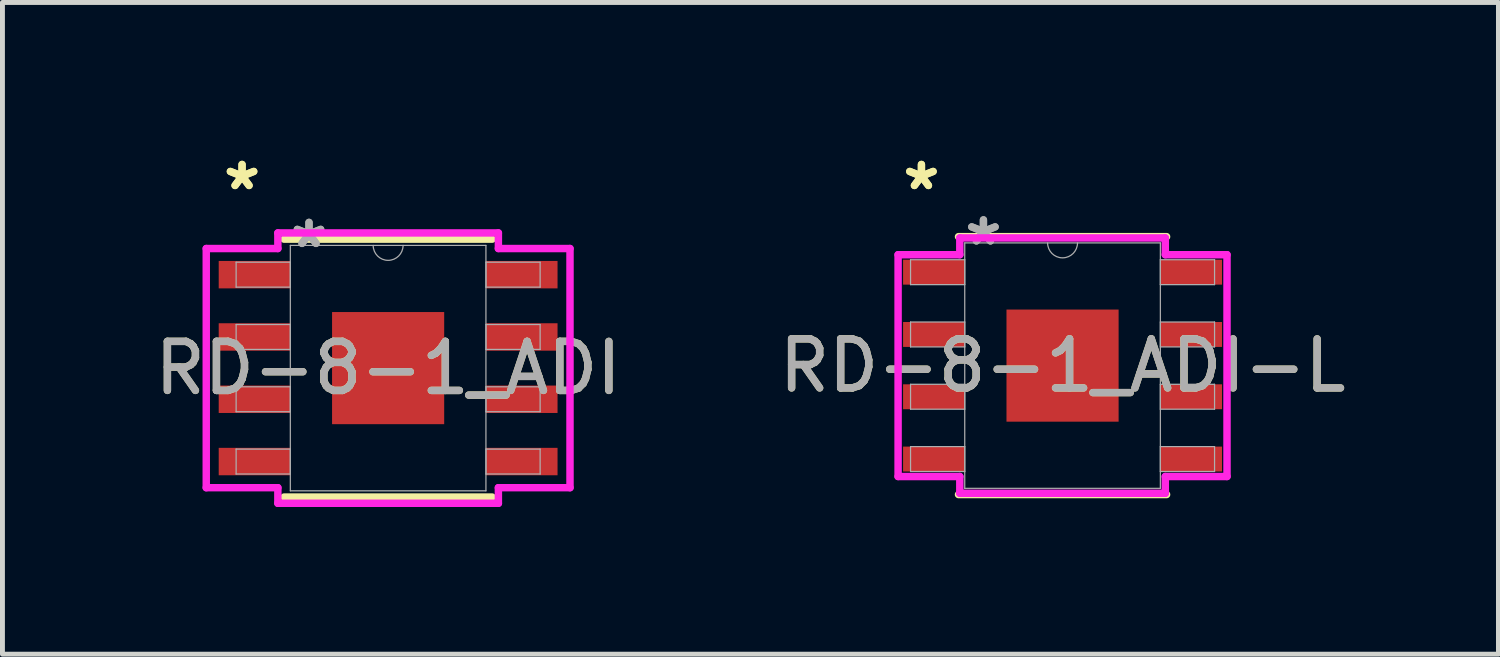
<source format=kicad_pcb>
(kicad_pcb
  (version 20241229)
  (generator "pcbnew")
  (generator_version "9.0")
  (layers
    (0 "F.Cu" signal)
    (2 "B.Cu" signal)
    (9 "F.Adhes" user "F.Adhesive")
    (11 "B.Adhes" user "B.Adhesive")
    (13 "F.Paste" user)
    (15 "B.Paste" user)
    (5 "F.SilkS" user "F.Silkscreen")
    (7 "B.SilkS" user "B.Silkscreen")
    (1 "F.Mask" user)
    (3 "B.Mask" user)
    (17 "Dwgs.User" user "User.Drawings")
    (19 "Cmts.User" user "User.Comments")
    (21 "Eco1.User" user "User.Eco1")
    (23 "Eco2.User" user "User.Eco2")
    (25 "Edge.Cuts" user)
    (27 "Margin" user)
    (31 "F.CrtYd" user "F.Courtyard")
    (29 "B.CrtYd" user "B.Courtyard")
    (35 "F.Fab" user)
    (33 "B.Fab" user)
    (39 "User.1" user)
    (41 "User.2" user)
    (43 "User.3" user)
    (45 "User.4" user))
  (footprint "RD-8-1_ADI"
    (layer "F.Cu")
    (at 4.863 4.455)
    (property "Reference" "RD-8-1_ADI" (at 0 0 0) (unlocked yes) (layer "F.SilkS") (effects (font (size 1 1) (thickness 0.15))))
    (attr smd)
    (fp_line (start -2.121 2.629) (end 2.121 2.629) (stroke (width 0.152) (type solid)) (layer "F.SilkS"))
    (fp_line (start 2.121 -2.629) (end -2.121 -2.629) (stroke (width 0.152) (type solid)) (layer "F.SilkS"))
    (fp_line (start -3.708 -2.438) (end -2.248 -2.438) (stroke (width 0.152) (type solid)) (layer "F.CrtYd"))
    (fp_line (start -3.708 2.438) (end -3.708 -2.438) (stroke (width 0.152) (type solid)) (layer "F.CrtYd"))
    (fp_line (start -3.708 2.438) (end -2.248 2.438) (stroke (width 0.152) (type solid)) (layer "F.CrtYd"))
    (fp_line (start -2.248 -2.756) (end 2.248 -2.756) (stroke (width 0.152) (type solid)) (layer "F.CrtYd"))
    (fp_line (start -2.248 -2.438) (end -2.248 -2.756) (stroke (width 0.152) (type solid)) (layer "F.CrtYd"))
    (fp_line (start -2.248 2.756) (end -2.248 2.438) (stroke (width 0.152) (type solid)) (layer "F.CrtYd"))
    (fp_line (start 2.248 -2.756) (end 2.248 -2.438) (stroke (width 0.152) (type solid)) (layer "F.CrtYd"))
    (fp_line (start 2.248 2.438) (end 2.248 2.756) (stroke (width 0.152) (type solid)) (layer "F.CrtYd"))
    (fp_line (start 2.248 2.756) (end -2.248 2.756) (stroke (width 0.152) (type solid)) (layer "F.CrtYd"))
    (fp_line (start 3.708 -2.438) (end 2.248 -2.438) (stroke (width 0.152) (type solid)) (layer "F.CrtYd"))
    (fp_line (start 3.708 -2.438) (end 3.708 2.438) (stroke (width 0.152) (type solid)) (layer "F.CrtYd"))
    (fp_line (start 3.708 2.438) (end 2.248 2.438) (stroke (width 0.152) (type solid)) (layer "F.CrtYd"))
    (fp_line (start -3.099 -2.159) (end -3.099 -1.651) (stroke (width 0.025) (type solid)) (layer "F.Fab"))
    (fp_line (start -3.099 -1.651) (end -1.994 -1.651) (stroke (width 0.025) (type solid)) (layer "F.Fab"))
    (fp_line (start -3.099 -0.889) (end -3.099 -0.381) (stroke (width 0.025) (type solid)) (layer "F.Fab"))
    (fp_line (start -3.099 -0.381) (end -1.994 -0.381) (stroke (width 0.025) (type solid)) (layer "F.Fab"))
    (fp_line (start -3.099 0.381) (end -3.099 0.889) (stroke (width 0.025) (type solid)) (layer "F.Fab"))
    (fp_line (start -3.099 0.889) (end -1.994 0.889) (stroke (width 0.025) (type solid)) (layer "F.Fab"))
    (fp_line (start -3.099 1.651) (end -3.099 2.159) (stroke (width 0.025) (type solid)) (layer "F.Fab"))
    (fp_line (start -3.099 2.159) (end -1.994 2.159) (stroke (width 0.025) (type solid)) (layer "F.Fab"))
    (fp_line (start -1.994 -2.502) (end -1.994 2.502) (stroke (width 0.025) (type solid)) (layer "F.Fab"))
    (fp_line (start -1.994 -2.159) (end -3.099 -2.159) (stroke (width 0.025) (type solid)) (layer "F.Fab"))
    (fp_line (start -1.994 -1.651) (end -1.994 -2.159) (stroke (width 0.025) (type solid)) (layer "F.Fab"))
    (fp_line (start -1.994 -0.889) (end -3.099 -0.889) (stroke (width 0.025) (type solid)) (layer "F.Fab"))
    (fp_line (start -1.994 -0.381) (end -1.994 -0.889) (stroke (width 0.025) (type solid)) (layer "F.Fab"))
    (fp_line (start -1.994 0.381) (end -3.099 0.381) (stroke (width 0.025) (type solid)) (layer "F.Fab"))
    (fp_line (start -1.994 0.889) (end -1.994 0.381) (stroke (width 0.025) (type solid)) (layer "F.Fab"))
    (fp_line (start -1.994 1.651) (end -3.099 1.651) (stroke (width 0.025) (type solid)) (layer "F.Fab"))
    (fp_line (start -1.994 2.159) (end -1.994 1.651) (stroke (width 0.025) (type solid)) (layer "F.Fab"))
    (fp_line (start -1.994 2.502) (end 1.994 2.502) (stroke (width 0.025) (type solid)) (layer "F.Fab"))
    (fp_line (start 1.994 -2.502) (end -1.994 -2.502) (stroke (width 0.025) (type solid)) (layer "F.Fab"))
    (fp_line (start 1.994 -2.159) (end 1.994 -1.651) (stroke (width 0.025) (type solid)) (layer "F.Fab"))
    (fp_line (start 1.994 -1.651) (end 3.099 -1.651) (stroke (width 0.025) (type solid)) (layer "F.Fab"))
    (fp_line (start 1.994 -0.889) (end 1.994 -0.381) (stroke (width 0.025) (type solid)) (layer "F.Fab"))
    (fp_line (start 1.994 -0.381) (end 3.099 -0.381) (stroke (width 0.025) (type solid)) (layer "F.Fab"))
    (fp_line (start 1.994 0.381) (end 1.994 0.889) (stroke (width 0.025) (type solid)) (layer "F.Fab"))
    (fp_line (start 1.994 0.889) (end 3.099 0.889) (stroke (width 0.025) (type solid)) (layer "F.Fab"))
    (fp_line (start 1.994 1.651) (end 1.994 2.159) (stroke (width 0.025) (type solid)) (layer "F.Fab"))
    (fp_line (start 1.994 2.159) (end 3.099 2.159) (stroke (width 0.025) (type solid)) (layer "F.Fab"))
    (fp_line (start 1.994 2.502) (end 1.994 -2.502) (stroke (width 0.025) (type solid)) (layer "F.Fab"))
    (fp_line (start 3.099 -2.159) (end 1.994 -2.159) (stroke (width 0.025) (type solid)) (layer "F.Fab"))
    (fp_line (start 3.099 -1.651) (end 3.099 -2.159) (stroke (width 0.025) (type solid)) (layer "F.Fab"))
    (fp_line (start 3.099 -0.889) (end 1.994 -0.889) (stroke (width 0.025) (type solid)) (layer "F.Fab"))
    (fp_line (start 3.099 -0.381) (end 3.099 -0.889) (stroke (width 0.025) (type solid)) (layer "F.Fab"))
    (fp_line (start 3.099 0.381) (end 1.994 0.381) (stroke (width 0.025) (type solid)) (layer "F.Fab"))
    (fp_line (start 3.099 0.889) (end 3.099 0.381) (stroke (width 0.025) (type solid)) (layer "F.Fab"))
    (fp_line (start 3.099 1.651) (end 1.994 1.651) (stroke (width 0.025) (type solid)) (layer "F.Fab"))
    (fp_line (start 3.099 2.159) (end 3.099 1.651) (stroke (width 0.025) (type solid)) (layer "F.Fab"))
    (fp_arc (start 0.3048 -2.5019) (mid 0 -2.1971) (end -0.3048 -2.5019) (stroke (width 0.0254) (type solid)) (layer "F.Fab"))
    (fp_text user "*" (at -2.978 -3.607 0) (layer "F.SilkS") (effects (font (size 1 1) (thickness 0.15))))
    (fp_text user "*" (at -2.978 -3.607 0) (unlocked yes) (layer "F.SilkS") (effects (font (size 1 1) (thickness 0.15))))
    (fp_text user "*" (at -1.613 -2.426 0) (layer "F.Fab") (effects (font (size 1 1) (thickness 0.15))))
    (fp_text user "${REFERENCE}" (at 0 0 0) (unlocked yes) (layer "F.Fab") (effects (font (size 1 1) (thickness 0.15))))
    (fp_text user "*" (at -1.613 -2.426 0) (unlocked yes) (layer "F.Fab") (effects (font (size 1 1) (thickness 0.15))))
    (pad "1" smd rect (at -2.724 -1.905) (size 1.46 0.559) (layers "F.Cu" "F.Mask" "F.Paste"))
    (pad "2" smd rect (at -2.724 -0.635) (size 1.46 0.559) (layers "F.Cu" "F.Mask" "F.Paste"))
    (pad "3" smd rect (at -2.724 0.635) (size 1.46 0.559) (layers "F.Cu" "F.Mask" "F.Paste"))
    (pad "4" smd rect (at -2.724 1.905) (size 1.46 0.559) (layers "F.Cu" "F.Mask" "F.Paste"))
    (pad "5" smd rect (at 2.724 1.905) (size 1.46 0.559) (layers "F.Cu" "F.Mask" "F.Paste"))
    (pad "6" smd rect (at 2.724 0.635) (size 1.46 0.559) (layers "F.Cu" "F.Mask" "F.Paste"))
    (pad "7" smd rect (at 2.724 -0.635) (size 1.46 0.559) (layers "F.Cu" "F.Mask" "F.Paste"))
    (pad "8" smd rect (at 2.724 -1.905) (size 1.46 0.559) (layers "F.Cu" "F.Mask" "F.Paste"))
    (pad "9" smd rect (at 0 0) (size 2.286 2.286) (layers "F.Cu" "F.Mask" "F.Paste")))
  (footprint "RD-8-1_ADI-L"
    (layer "F.Cu")
    (at 18.613 4.404)
    (property "Reference" "RD-8-1_ADI-L" (at 0 0 0) (unlocked yes) (layer "F.SilkS") (effects (font (size 1 1) (thickness 0.15))))
    (attr smd)
    (fp_line (start -2.121 2.629) (end 2.121 2.629) (stroke (width 0.152) (type solid)) (layer "F.SilkS"))
    (fp_line (start 2.121 -2.629) (end -2.121 -2.629) (stroke (width 0.152) (type solid)) (layer "F.SilkS"))
    (fp_line (start -3.353 -2.261) (end -2.095 -2.261) (stroke (width 0.152) (type solid)) (layer "F.CrtYd"))
    (fp_line (start -3.353 2.261) (end -3.353 -2.261) (stroke (width 0.152) (type solid)) (layer "F.CrtYd"))
    (fp_line (start -3.353 2.261) (end -2.095 2.261) (stroke (width 0.152) (type solid)) (layer "F.CrtYd"))
    (fp_line (start -2.095 -2.603) (end 2.095 -2.603) (stroke (width 0.152) (type solid)) (layer "F.CrtYd"))
    (fp_line (start -2.095 -2.261) (end -2.095 -2.603) (stroke (width 0.152) (type solid)) (layer "F.CrtYd"))
    (fp_line (start -2.095 2.603) (end -2.095 2.261) (stroke (width 0.152) (type solid)) (layer "F.CrtYd"))
    (fp_line (start 2.095 -2.603) (end 2.095 -2.261) (stroke (width 0.152) (type solid)) (layer "F.CrtYd"))
    (fp_line (start 2.095 2.261) (end 2.095 2.603) (stroke (width 0.152) (type solid)) (layer "F.CrtYd"))
    (fp_line (start 2.095 2.603) (end -2.095 2.603) (stroke (width 0.152) (type solid)) (layer "F.CrtYd"))
    (fp_line (start 3.353 -2.261) (end 2.095 -2.261) (stroke (width 0.152) (type solid)) (layer "F.CrtYd"))
    (fp_line (start 3.353 -2.261) (end 3.353 2.261) (stroke (width 0.152) (type solid)) (layer "F.CrtYd"))
    (fp_line (start 3.353 2.261) (end 2.095 2.261) (stroke (width 0.152) (type solid)) (layer "F.CrtYd"))
    (fp_line (start -3.099 -2.159) (end -3.099 -1.651) (stroke (width 0.025) (type solid)) (layer "F.Fab"))
    (fp_line (start -3.099 -1.651) (end -1.994 -1.651) (stroke (width 0.025) (type solid)) (layer "F.Fab"))
    (fp_line (start -3.099 -0.889) (end -3.099 -0.381) (stroke (width 0.025) (type solid)) (layer "F.Fab"))
    (fp_line (start -3.099 -0.381) (end -1.994 -0.381) (stroke (width 0.025) (type solid)) (layer "F.Fab"))
    (fp_line (start -3.099 0.381) (end -3.099 0.889) (stroke (width 0.025) (type solid)) (layer "F.Fab"))
    (fp_line (start -3.099 0.889) (end -1.994 0.889) (stroke (width 0.025) (type solid)) (layer "F.Fab"))
    (fp_line (start -3.099 1.651) (end -3.099 2.159) (stroke (width 0.025) (type solid)) (layer "F.Fab"))
    (fp_line (start -3.099 2.159) (end -1.994 2.159) (stroke (width 0.025) (type solid)) (layer "F.Fab"))
    (fp_line (start -1.994 -2.502) (end -1.994 2.502) (stroke (width 0.025) (type solid)) (layer "F.Fab"))
    (fp_line (start -1.994 -2.159) (end -3.099 -2.159) (stroke (width 0.025) (type solid)) (layer "F.Fab"))
    (fp_line (start -1.994 -1.651) (end -1.994 -2.159) (stroke (width 0.025) (type solid)) (layer "F.Fab"))
    (fp_line (start -1.994 -0.889) (end -3.099 -0.889) (stroke (width 0.025) (type solid)) (layer "F.Fab"))
    (fp_line (start -1.994 -0.381) (end -1.994 -0.889) (stroke (width 0.025) (type solid)) (layer "F.Fab"))
    (fp_line (start -1.994 0.381) (end -3.099 0.381) (stroke (width 0.025) (type solid)) (layer "F.Fab"))
    (fp_line (start -1.994 0.889) (end -1.994 0.381) (stroke (width 0.025) (type solid)) (layer "F.Fab"))
    (fp_line (start -1.994 1.651) (end -3.099 1.651) (stroke (width 0.025) (type solid)) (layer "F.Fab"))
    (fp_line (start -1.994 2.159) (end -1.994 1.651) (stroke (width 0.025) (type solid)) (layer "F.Fab"))
    (fp_line (start -1.994 2.502) (end 1.994 2.502) (stroke (width 0.025) (type solid)) (layer "F.Fab"))
    (fp_line (start 1.994 -2.502) (end -1.994 -2.502) (stroke (width 0.025) (type solid)) (layer "F.Fab"))
    (fp_line (start 1.994 -2.159) (end 1.994 -1.651) (stroke (width 0.025) (type solid)) (layer "F.Fab"))
    (fp_line (start 1.994 -1.651) (end 3.099 -1.651) (stroke (width 0.025) (type solid)) (layer "F.Fab"))
    (fp_line (start 1.994 -0.889) (end 1.994 -0.381) (stroke (width 0.025) (type solid)) (layer "F.Fab"))
    (fp_line (start 1.994 -0.381) (end 3.099 -0.381) (stroke (width 0.025) (type solid)) (layer "F.Fab"))
    (fp_line (start 1.994 0.381) (end 1.994 0.889) (stroke (width 0.025) (type solid)) (layer "F.Fab"))
    (fp_line (start 1.994 0.889) (end 3.099 0.889) (stroke (width 0.025) (type solid)) (layer "F.Fab"))
    (fp_line (start 1.994 1.651) (end 1.994 2.159) (stroke (width 0.025) (type solid)) (layer "F.Fab"))
    (fp_line (start 1.994 2.159) (end 3.099 2.159) (stroke (width 0.025) (type solid)) (layer "F.Fab"))
    (fp_line (start 1.994 2.502) (end 1.994 -2.502) (stroke (width 0.025) (type solid)) (layer "F.Fab"))
    (fp_line (start 3.099 -2.159) (end 1.994 -2.159) (stroke (width 0.025) (type solid)) (layer "F.Fab"))
    (fp_line (start 3.099 -1.651) (end 3.099 -2.159) (stroke (width 0.025) (type solid)) (layer "F.Fab"))
    (fp_line (start 3.099 -0.889) (end 1.994 -0.889) (stroke (width 0.025) (type solid)) (layer "F.Fab"))
    (fp_line (start 3.099 -0.381) (end 3.099 -0.889) (stroke (width 0.025) (type solid)) (layer "F.Fab"))
    (fp_line (start 3.099 0.381) (end 1.994 0.381) (stroke (width 0.025) (type solid)) (layer "F.Fab"))
    (fp_line (start 3.099 0.889) (end 3.099 0.381) (stroke (width 0.025) (type solid)) (layer "F.Fab"))
    (fp_line (start 3.099 1.651) (end 1.994 1.651) (stroke (width 0.025) (type solid)) (layer "F.Fab"))
    (fp_line (start 3.099 2.159) (end 3.099 1.651) (stroke (width 0.025) (type solid)) (layer "F.Fab"))
    (fp_arc (start 0.3048 -2.5019) (mid 0 -2.1971) (end -0.3048 -2.5019) (stroke (width 0.0254) (type solid)) (layer "F.Fab"))
    (fp_text user "*" (at -2.877 -3.556 0) (layer "F.SilkS") (effects (font (size 1 1) (thickness 0.15))))
    (fp_text user "*" (at -2.877 -3.556 0) (unlocked yes) (layer "F.SilkS") (effects (font (size 1 1) (thickness 0.15))))
    (fp_text user "${REFERENCE}" (at 0 0 0) (unlocked yes) (layer "F.Fab") (effects (font (size 1 1) (thickness 0.15))))
    (fp_text user "*" (at -1.613 -2.426 0) (unlocked yes) (layer "F.Fab") (effects (font (size 1 1) (thickness 0.15))))
    (fp_text user "*" (at -1.613 -2.426 0) (layer "F.Fab") (effects (font (size 1 1) (thickness 0.15))))
    (pad "1" smd rect (at -2.623 -1.905) (size 1.257 0.508) (layers "F.Cu" "F.Mask" "F.Paste"))
    (pad "2" smd rect (at -2.623 -0.635) (size 1.257 0.508) (layers "F.Cu" "F.Mask" "F.Paste"))
    (pad "3" smd rect (at -2.623 0.635) (size 1.257 0.508) (layers "F.Cu" "F.Mask" "F.Paste"))
    (pad "4" smd rect (at -2.623 1.905) (size 1.257 0.508) (layers "F.Cu" "F.Mask" "F.Paste"))
    (pad "5" smd rect (at 2.623 1.905) (size 1.257 0.508) (layers "F.Cu" "F.Mask" "F.Paste"))
    (pad "6" smd rect (at 2.623 0.635) (size 1.257 0.508) (layers "F.Cu" "F.Mask" "F.Paste"))
    (pad "7" smd rect (at 2.623 -0.635) (size 1.257 0.508) (layers "F.Cu" "F.Mask" "F.Paste"))
    (pad "8" smd rect (at 2.623 -1.905) (size 1.257 0.508) (layers "F.Cu" "F.Mask" "F.Paste"))
    (pad "9" smd rect (at 0 0) (size 2.286 2.286) (layers "F.Cu" "F.Mask" "F.Paste")))
  (gr_rect
    (start -3 -3)
    (end 27.5 10.287)
    (stroke (width 0.1) (type default))
    (fill no)
    (layer "Edge.Cuts")))
</source>
